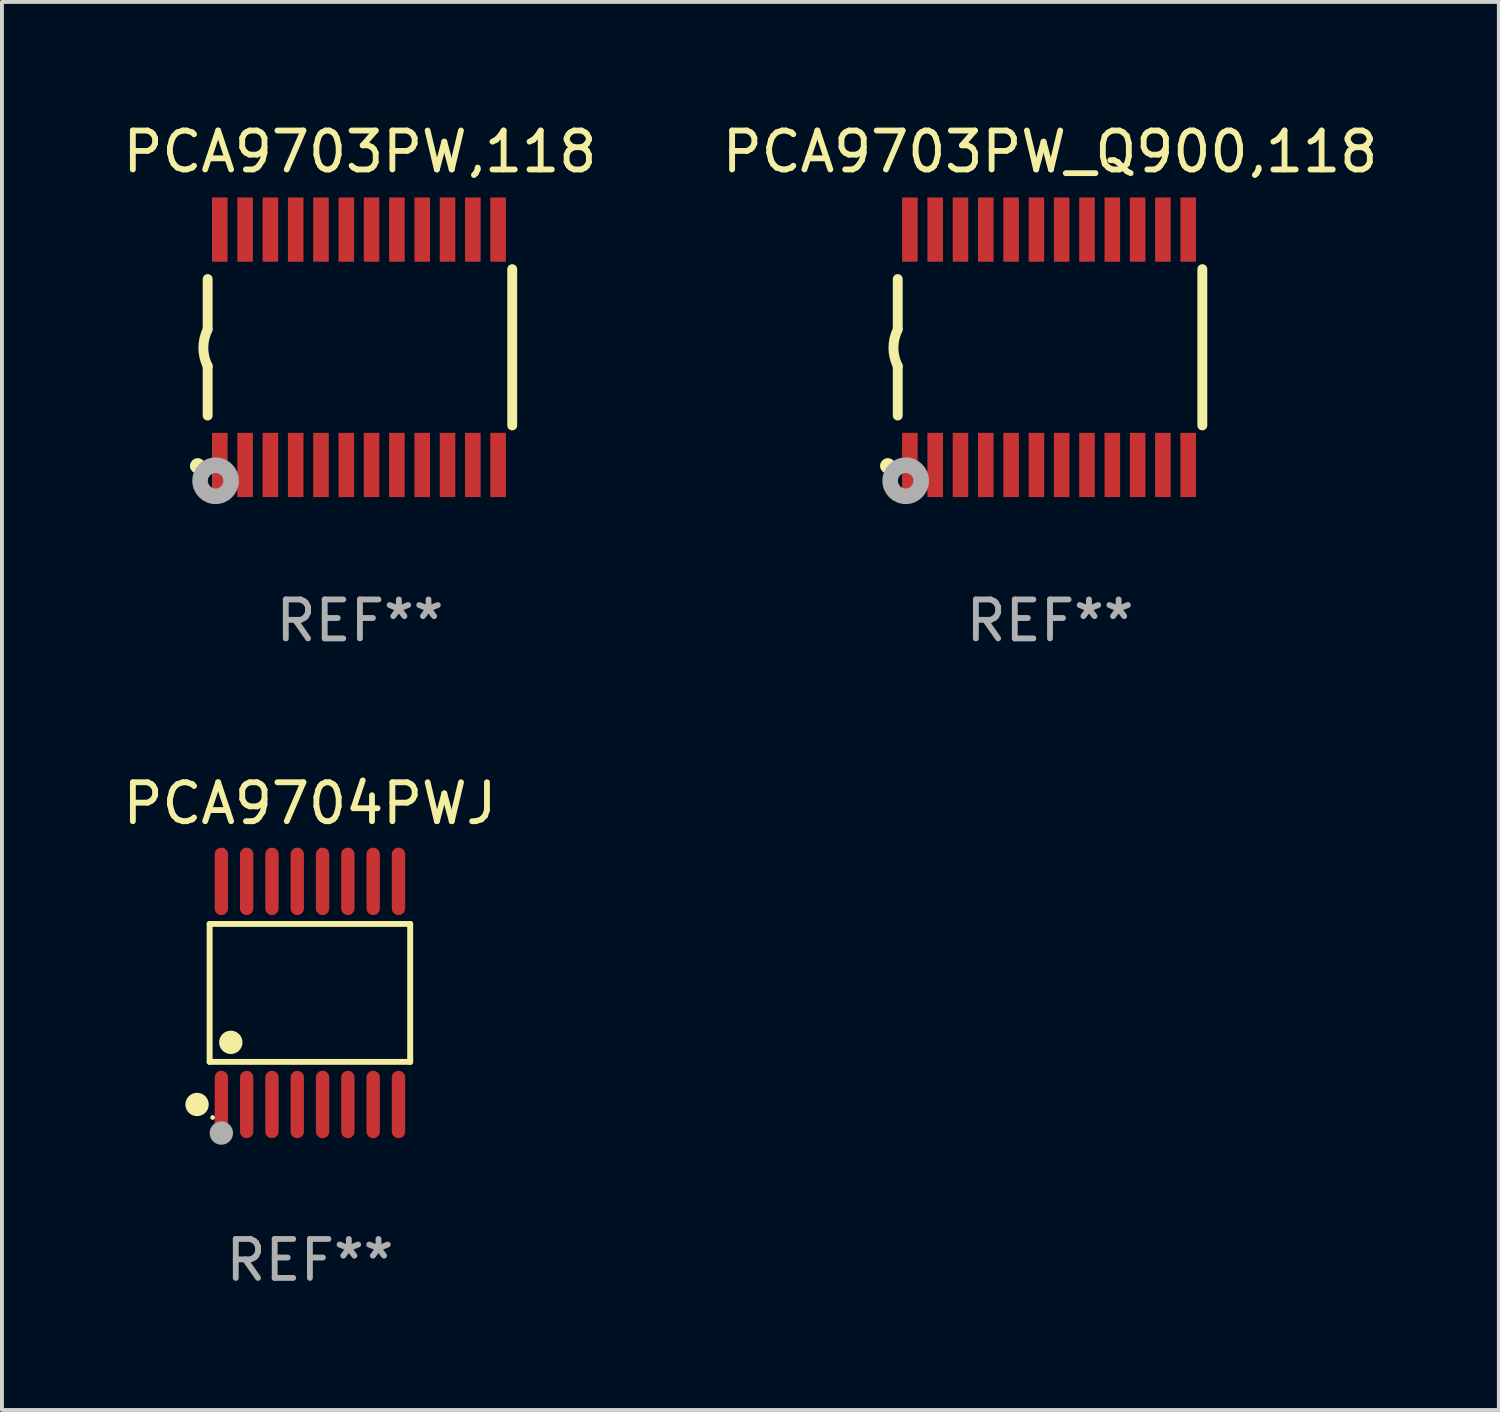
<source format=kicad_pcb>
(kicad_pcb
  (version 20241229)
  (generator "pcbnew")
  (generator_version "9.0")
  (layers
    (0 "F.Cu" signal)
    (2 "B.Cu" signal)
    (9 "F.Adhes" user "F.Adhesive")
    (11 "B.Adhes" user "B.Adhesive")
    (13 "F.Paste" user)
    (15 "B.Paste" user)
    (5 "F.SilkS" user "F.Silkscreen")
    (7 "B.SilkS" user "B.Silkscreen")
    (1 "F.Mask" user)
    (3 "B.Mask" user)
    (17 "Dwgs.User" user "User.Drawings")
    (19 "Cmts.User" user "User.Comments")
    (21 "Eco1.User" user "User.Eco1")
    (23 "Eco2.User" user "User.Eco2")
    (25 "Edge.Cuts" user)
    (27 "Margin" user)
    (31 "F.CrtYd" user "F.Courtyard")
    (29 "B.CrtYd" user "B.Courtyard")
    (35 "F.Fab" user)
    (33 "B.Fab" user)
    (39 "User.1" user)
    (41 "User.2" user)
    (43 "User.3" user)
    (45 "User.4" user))
  (footprint "PCA9703PW_Q900,118"
    (layer "F.Cu")
    (at 23.923 5.871)
    (property "Reference" "PCA9703PW_Q900,118" (at 0 -5.023 0) (layer "F.SilkS") (effects (font (size 1 1) (thickness 0.15))))
    (attr through_hole)
    (fp_line (start -3.912 -0.483) (end -3.912 -1.753) (stroke (width 0.254) (type solid)) (layer "F.SilkS"))
    (fp_line (start -3.912 1.753) (end -3.912 0.483) (stroke (width 0.254) (type solid)) (layer "F.SilkS"))
    (fp_line (start 3.912 -2.007) (end 3.912 2.007) (stroke (width 0.254) (type solid)) (layer "F.SilkS"))
    (fp_arc (start -3.911608 0.482601) (mid -4.022537 0.0127) (end -3.911608 -0.457201) (stroke (width 0.254001) (type solid)) (layer "F.SilkS"))
    (fp_circle (center -4.166 3.048) (end -4.066 3.048) (stroke (width 0.2) (type solid)) (fill no) (layer "F.SilkS"))
    (fp_circle (center -3.925 3.186) (end -3.895 3.186) (stroke (width 0.06) (type solid)) (fill no) (layer "F.SilkS"))
    (fp_circle (center -3.708 3.429) (end -3.509 3.429) (stroke (width 0.4) (type solid)) (fill no) (layer "F.Fab"))
    (fp_text user "REF**" (at 0 7.023 0) (layer "F.Fab") (effects (font (size 1 1) (thickness 0.15))))
    (pad "1" smd rect (at -3.6 3.023) (size 0.4 1.65) (layers "F.Cu" "F.Mask" "F.Paste"))
    (pad "2" smd rect (at -2.95 3.023) (size 0.4 1.65) (layers "F.Cu" "F.Mask" "F.Paste"))
    (pad "3" smd rect (at -2.3 3.023) (size 0.4 1.65) (layers "F.Cu" "F.Mask" "F.Paste"))
    (pad "4" smd rect (at -1.65 3.023) (size 0.4 1.65) (layers "F.Cu" "F.Mask" "F.Paste"))
    (pad "5" smd rect (at -1 3.023) (size 0.4 1.65) (layers "F.Cu" "F.Mask" "F.Paste"))
    (pad "6" smd rect (at -0.35 3.023) (size 0.4 1.65) (layers "F.Cu" "F.Mask" "F.Paste"))
    (pad "7" smd rect (at 0.299 3.023) (size 0.4 1.65) (layers "F.Cu" "F.Mask" "F.Paste"))
    (pad "8" smd rect (at 0.95 3.023) (size 0.4 1.65) (layers "F.Cu" "F.Mask" "F.Paste"))
    (pad "9" smd rect (at 1.6 3.023) (size 0.4 1.65) (layers "F.Cu" "F.Mask" "F.Paste"))
    (pad "10" smd rect (at 2.25 3.023) (size 0.4 1.65) (layers "F.Cu" "F.Mask" "F.Paste"))
    (pad "11" smd rect (at 2.9 3.023) (size 0.4 1.65) (layers "F.Cu" "F.Mask" "F.Paste"))
    (pad "12" smd rect (at 3.549 3.023) (size 0.4 1.65) (layers "F.Cu" "F.Mask" "F.Paste"))
    (pad "13" smd rect (at 3.549 -3.023) (size 0.4 1.65) (layers "F.Cu" "F.Mask" "F.Paste"))
    (pad "14" smd rect (at 2.9 -3.023) (size 0.4 1.65) (layers "F.Cu" "F.Mask" "F.Paste"))
    (pad "15" smd rect (at 2.25 -3.023) (size 0.4 1.65) (layers "F.Cu" "F.Mask" "F.Paste"))
    (pad "16" smd rect (at 1.6 -3.023) (size 0.4 1.65) (layers "F.Cu" "F.Mask" "F.Paste"))
    (pad "17" smd rect (at 0.95 -3.023) (size 0.4 1.65) (layers "F.Cu" "F.Mask" "F.Paste"))
    (pad "18" smd rect (at 0.299 -3.023) (size 0.4 1.65) (layers "F.Cu" "F.Mask" "F.Paste"))
    (pad "19" smd rect (at -0.35 -3.023) (size 0.4 1.65) (layers "F.Cu" "F.Mask" "F.Paste"))
    (pad "20" smd rect (at -1 -3.023) (size 0.4 1.65) (layers "F.Cu" "F.Mask" "F.Paste"))
    (pad "21" smd rect (at -1.65 -3.023) (size 0.4 1.65) (layers "F.Cu" "F.Mask" "F.Paste"))
    (pad "22" smd rect (at -2.3 -3.023) (size 0.4 1.65) (layers "F.Cu" "F.Mask" "F.Paste"))
    (pad "23" smd rect (at -2.95 -3.023) (size 0.4 1.65) (layers "F.Cu" "F.Mask" "F.Paste"))
    (pad "24" smd rect (at -3.6 -3.023) (size 0.4 1.65) (layers "F.Cu" "F.Mask" "F.Paste")))
  (footprint "PCA9704PWJ"
    (layer "F.Cu")
    (at 4.911 22.456)
    (property "Reference" "PCA9704PWJ" (at 0 -4.866 0) (layer "F.SilkS") (effects (font (size 1 1) (thickness 0.15))))
    (attr through_hole)
    (fp_line (start -2.576 -1.772) (end 2.576 -1.772) (stroke (width 0.152) (type solid)) (layer "F.SilkS"))
    (fp_line (start -2.576 1.771) (end -2.576 -1.772) (stroke (width 0.152) (type solid)) (layer "F.SilkS"))
    (fp_line (start 2.576 -1.772) (end 2.576 1.771) (stroke (width 0.152) (type solid)) (layer "F.SilkS"))
    (fp_line (start 2.576 1.771) (end -2.576 1.771) (stroke (width 0.152) (type solid)) (layer "F.SilkS"))
    (fp_circle (center -2.899 2.866) (end -2.749 2.866) (stroke (width 0.3) (type solid)) (fill no) (layer "F.SilkS"))
    (fp_circle (center -2.5 3.2) (end -2.47 3.2) (stroke (width 0.06) (type solid)) (fill no) (layer "F.SilkS"))
    (fp_circle (center -2.032 1.27) (end -1.882 1.27) (stroke (width 0.3) (type solid)) (fill no) (layer "F.SilkS"))
    (fp_circle (center -2.275 3.6) (end -2.125 3.6) (stroke (width 0.3) (type solid)) (fill no) (layer "F.Fab"))
    (fp_text user "REF**" (at 0 6.866 0) (layer "F.Fab") (effects (font (size 1 1) (thickness 0.15))))
    (pad "1" smd oval (at -2.275 2.866) (size 0.343 1.731) (layers "F.Cu" "F.Mask" "F.Paste"))
    (pad "2" smd oval (at -1.625 2.866) (size 0.343 1.731) (layers "F.Cu" "F.Mask" "F.Paste"))
    (pad "3" smd oval (at -0.975 2.866) (size 0.343 1.731) (layers "F.Cu" "F.Mask" "F.Paste"))
    (pad "4" smd oval (at -0.325 2.866) (size 0.343 1.731) (layers "F.Cu" "F.Mask" "F.Paste"))
    (pad "5" smd oval (at 0.325 2.866) (size 0.343 1.731) (layers "F.Cu" "F.Mask" "F.Paste"))
    (pad "6" smd oval (at 0.975 2.866) (size 0.343 1.731) (layers "F.Cu" "F.Mask" "F.Paste"))
    (pad "7" smd oval (at 1.625 2.866) (size 0.343 1.731) (layers "F.Cu" "F.Mask" "F.Paste"))
    (pad "8" smd oval (at 2.275 2.866) (size 0.343 1.731) (layers "F.Cu" "F.Mask" "F.Paste"))
    (pad "9" smd oval (at 2.275 -2.866) (size 0.343 1.731) (layers "F.Cu" "F.Mask" "F.Paste"))
    (pad "10" smd oval (at 1.625 -2.866) (size 0.343 1.731) (layers "F.Cu" "F.Mask" "F.Paste"))
    (pad "11" smd oval (at 0.975 -2.866) (size 0.343 1.731) (layers "F.Cu" "F.Mask" "F.Paste"))
    (pad "12" smd oval (at 0.325 -2.866) (size 0.343 1.731) (layers "F.Cu" "F.Mask" "F.Paste"))
    (pad "13" smd oval (at -0.325 -2.866) (size 0.343 1.731) (layers "F.Cu" "F.Mask" "F.Paste"))
    (pad "14" smd oval (at -0.975 -2.866) (size 0.343 1.731) (layers "F.Cu" "F.Mask" "F.Paste"))
    (pad "15" smd oval (at -1.625 -2.866) (size 0.343 1.731) (layers "F.Cu" "F.Mask" "F.Paste"))
    (pad "16" smd oval (at -2.275 -2.866) (size 0.343 1.731) (layers "F.Cu" "F.Mask" "F.Paste")))
  (footprint "PCA9703PW,118"
    (layer "F.Cu")
    (at 6.196 5.871)
    (property "Reference" "PCA9703PW,118" (at 0 -5.023 0) (layer "F.SilkS") (effects (font (size 1 1) (thickness 0.15))))
    (attr through_hole)
    (fp_line (start -3.912 -0.483) (end -3.912 -1.753) (stroke (width 0.254) (type solid)) (layer "F.SilkS"))
    (fp_line (start -3.912 1.753) (end -3.912 0.483) (stroke (width 0.254) (type solid)) (layer "F.SilkS"))
    (fp_line (start 3.912 -2.007) (end 3.912 2.007) (stroke (width 0.254) (type solid)) (layer "F.SilkS"))
    (fp_arc (start -3.911608 0.482601) (mid -4.022537 0.0127) (end -3.911608 -0.457201) (stroke (width 0.254001) (type solid)) (layer "F.SilkS"))
    (fp_circle (center -4.166 3.048) (end -4.066 3.048) (stroke (width 0.2) (type solid)) (fill no) (layer "F.SilkS"))
    (fp_circle (center -3.925 3.186) (end -3.895 3.186) (stroke (width 0.06) (type solid)) (fill no) (layer "F.SilkS"))
    (fp_circle (center -3.708 3.429) (end -3.509 3.429) (stroke (width 0.4) (type solid)) (fill no) (layer "F.Fab"))
    (fp_text user "REF**" (at 0 7.023 0) (layer "F.Fab") (effects (font (size 1 1) (thickness 0.15))))
    (pad "1" smd rect (at -3.6 3.023) (size 0.4 1.65) (layers "F.Cu" "F.Mask" "F.Paste"))
    (pad "2" smd rect (at -2.95 3.023) (size 0.4 1.65) (layers "F.Cu" "F.Mask" "F.Paste"))
    (pad "3" smd rect (at -2.3 3.023) (size 0.4 1.65) (layers "F.Cu" "F.Mask" "F.Paste"))
    (pad "4" smd rect (at -1.65 3.023) (size 0.4 1.65) (layers "F.Cu" "F.Mask" "F.Paste"))
    (pad "5" smd rect (at -1 3.023) (size 0.4 1.65) (layers "F.Cu" "F.Mask" "F.Paste"))
    (pad "6" smd rect (at -0.35 3.023) (size 0.4 1.65) (layers "F.Cu" "F.Mask" "F.Paste"))
    (pad "7" smd rect (at 0.299 3.023) (size 0.4 1.65) (layers "F.Cu" "F.Mask" "F.Paste"))
    (pad "8" smd rect (at 0.95 3.023) (size 0.4 1.65) (layers "F.Cu" "F.Mask" "F.Paste"))
    (pad "9" smd rect (at 1.6 3.023) (size 0.4 1.65) (layers "F.Cu" "F.Mask" "F.Paste"))
    (pad "10" smd rect (at 2.25 3.023) (size 0.4 1.65) (layers "F.Cu" "F.Mask" "F.Paste"))
    (pad "11" smd rect (at 2.9 3.023) (size 0.4 1.65) (layers "F.Cu" "F.Mask" "F.Paste"))
    (pad "12" smd rect (at 3.549 3.023) (size 0.4 1.65) (layers "F.Cu" "F.Mask" "F.Paste"))
    (pad "13" smd rect (at 3.549 -3.023) (size 0.4 1.65) (layers "F.Cu" "F.Mask" "F.Paste"))
    (pad "14" smd rect (at 2.9 -3.023) (size 0.4 1.65) (layers "F.Cu" "F.Mask" "F.Paste"))
    (pad "15" smd rect (at 2.25 -3.023) (size 0.4 1.65) (layers "F.Cu" "F.Mask" "F.Paste"))
    (pad "16" smd rect (at 1.6 -3.023) (size 0.4 1.65) (layers "F.Cu" "F.Mask" "F.Paste"))
    (pad "17" smd rect (at 0.95 -3.023) (size 0.4 1.65) (layers "F.Cu" "F.Mask" "F.Paste"))
    (pad "18" smd rect (at 0.299 -3.023) (size 0.4 1.65) (layers "F.Cu" "F.Mask" "F.Paste"))
    (pad "19" smd rect (at -0.35 -3.023) (size 0.4 1.65) (layers "F.Cu" "F.Mask" "F.Paste"))
    (pad "20" smd rect (at -1 -3.023) (size 0.4 1.65) (layers "F.Cu" "F.Mask" "F.Paste"))
    (pad "21" smd rect (at -1.65 -3.023) (size 0.4 1.65) (layers "F.Cu" "F.Mask" "F.Paste"))
    (pad "22" smd rect (at -2.3 -3.023) (size 0.4 1.65) (layers "F.Cu" "F.Mask" "F.Paste"))
    (pad "23" smd rect (at -2.95 -3.023) (size 0.4 1.65) (layers "F.Cu" "F.Mask" "F.Paste"))
    (pad "24" smd rect (at -3.6 -3.023) (size 0.4 1.65) (layers "F.Cu" "F.Mask" "F.Paste")))
  (gr_rect
    (start -3 -3)
    (end 35.452 33.17)
    (stroke (width 0.1) (type default))
    (fill no)
    (layer "Edge.Cuts")))
</source>
